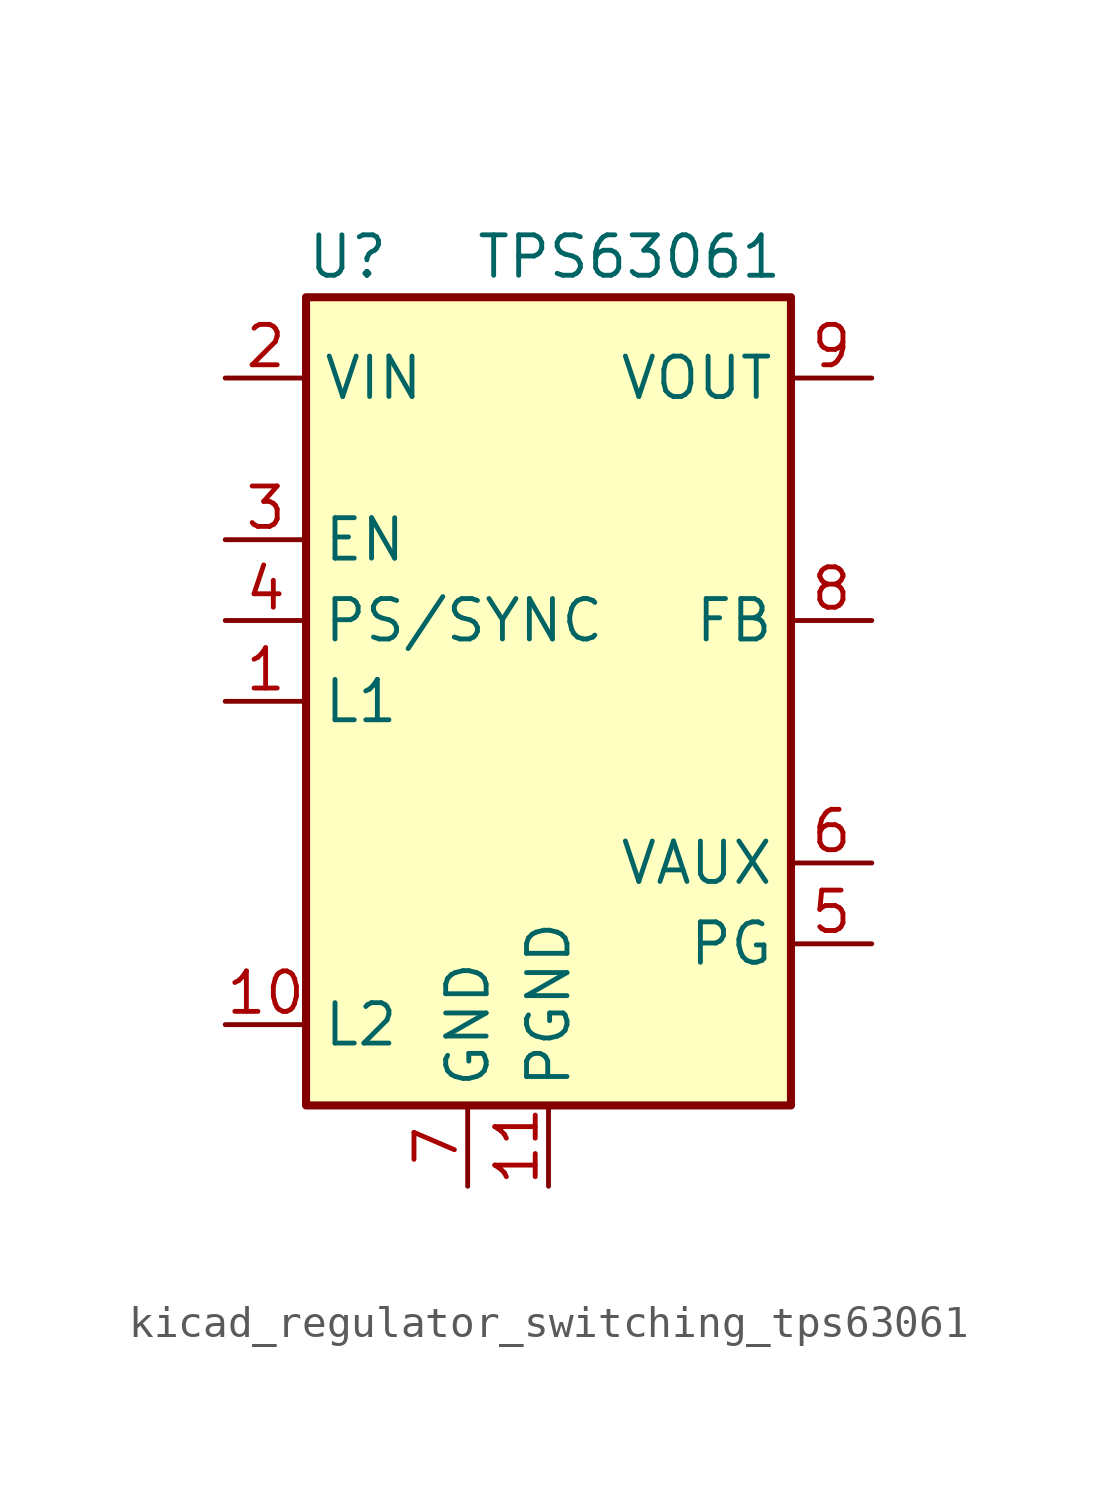
<source format=kicad_sym>
(kicad_symbol_lib
  (version 20220914)
  (generator kicad_symbol_editor)
  (symbol "kicad_regulator_switching_tps63061"
    (property "Reference" "U"
      (at -7.62 13.97 0)
      (effects (font (size 1.27 1.27)) (justify left)))
    (property "Value" "TPS63061"
      (at 2.54 13.97 0)
      (effects (font (size 1.27 1.27))))
    (symbol "kicad_regulator_switching_tps63061_0_1"
      (rectangle (start -7.62 12.7) (end 7.62 -12.7) (stroke (width 0.254) (type default)) (fill (type background))))
    (symbol "kicad_regulator_switching_tps63061_1_1"
      (pin input line (at -10.16 0 0) (length 2.54) (name "L1" (effects (font (size 1.27 1.27)))) (number "1" (effects (font (size 1.27 1.27)))))
      (pin input line (at -10.16 -10.16 0) (length 2.54) (name "L2" (effects (font (size 1.27 1.27)))) (number "10" (effects (font (size 1.27 1.27)))))
      (pin power_in line (at 0 -15.24 90) (length 2.54) (name "PGND" (effects (font (size 1.27 1.27)))) (number "11" (effects (font (size 1.27 1.27)))))
      (pin power_in line (at -10.16 10.16 0) (length 2.54) (name "VIN" (effects (font (size 1.27 1.27)))) (number "2" (effects (font (size 1.27 1.27)))))
      (pin input line (at -10.16 5.08 0) (length 2.54) (name "EN" (effects (font (size 1.27 1.27)))) (number "3" (effects (font (size 1.27 1.27)))))
      (pin input line (at -10.16 2.54 0) (length 2.54) (name "PS/SYNC" (effects (font (size 1.27 1.27)))) (number "4" (effects (font (size 1.27 1.27)))))
      (pin output line (at 10.16 -7.62 180) (length 2.54) (name "PG" (effects (font (size 1.27 1.27)))) (number "5" (effects (font (size 1.27 1.27)))))
      (pin passive line (at 10.16 -5.08 180) (length 2.54) (name "VAUX" (effects (font (size 1.27 1.27)))) (number "6" (effects (font (size 1.27 1.27)))))
      (pin power_in line (at -2.54 -15.24 90) (length 2.54) (name "GND" (effects (font (size 1.27 1.27)))) (number "7" (effects (font (size 1.27 1.27)))))
      (pin input line (at 10.16 2.54 180) (length 2.54) (name "FB" (effects (font (size 1.27 1.27)))) (number "8" (effects (font (size 1.27 1.27)))))
      (pin power_out line (at 10.16 10.16 180) (length 2.54) (name "VOUT" (effects (font (size 1.27 1.27)))) (number "9" (effects (font (size 1.27 1.27))))))))
</source>
